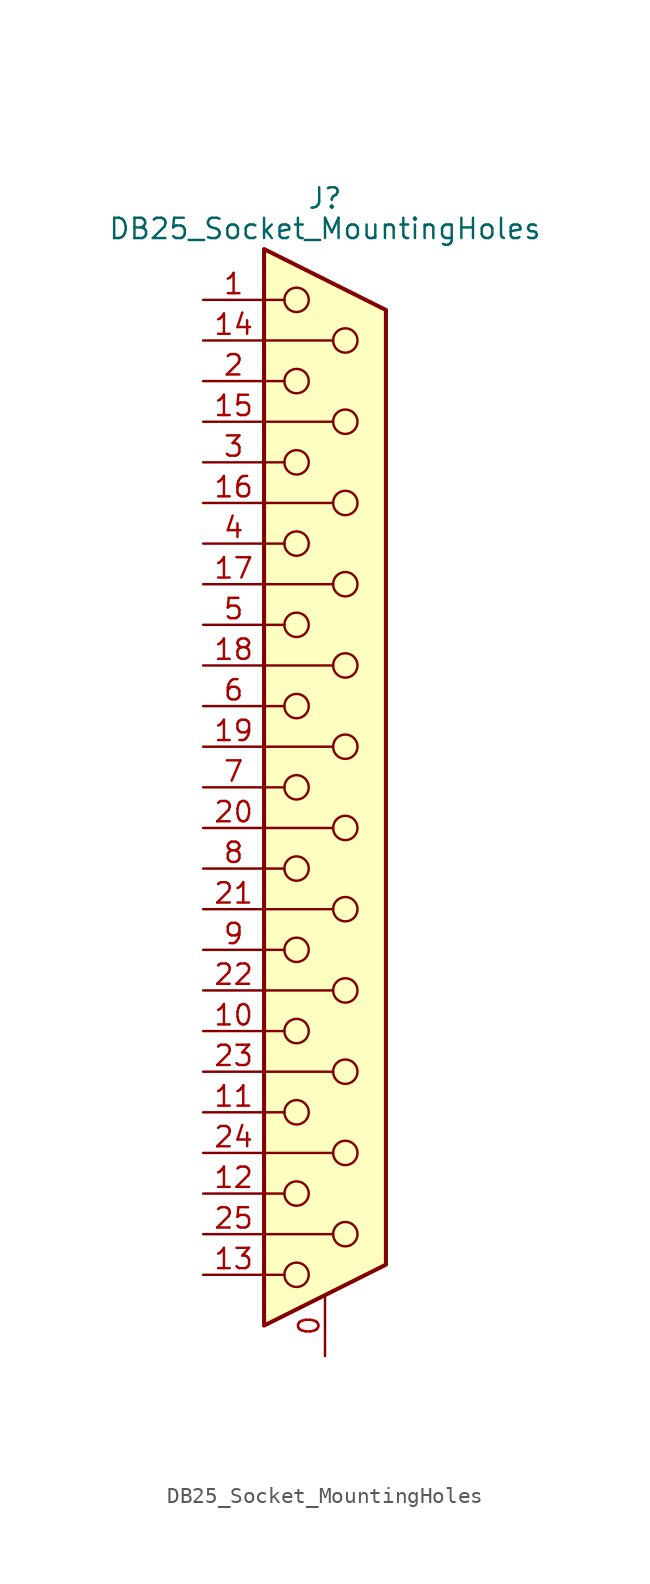
<source format=kicad_sym>
(kicad_symbol_lib
  (version 20241209)
  (generator "kicad_symbol_editor")
  (generator_version "9.0")
  (symbol "DB25_Socket_MountingHoles"
    (pin_names
      (offset 1.016)
      (hide yes))
    (property "Reference" "J"
      (at 0 36.83 0)
      (effects (font (size 1.27 1.27))))
    (property "Value" "DB25_Socket_MountingHoles"
      (at 0 34.925 0)
      (effects (font (size 1.27 1.27))))
    (symbol "DB25_Socket_MountingHoles_0_1"
      (polyline (pts (xy -3.81 33.655) (xy 3.81 29.845) (xy 3.81 -29.845) (xy -3.81 -33.655) (xy -3.81 33.655)) (stroke (width 0.254) (type default)) (fill (type background)))
      (polyline (pts (xy -3.81 30.48) (xy -2.54 30.48)) (stroke (width 0) (type default)) (fill (type none)))
      (polyline (pts (xy -3.81 27.94) (xy 0.508 27.94)) (stroke (width 0) (type default)) (fill (type none)))
      (polyline (pts (xy -3.81 25.4) (xy -2.54 25.4)) (stroke (width 0) (type default)) (fill (type none)))
      (polyline (pts (xy -3.81 22.86) (xy 0.508 22.86)) (stroke (width 0) (type default)) (fill (type none)))
      (polyline (pts (xy -3.81 20.32) (xy -2.54 20.32)) (stroke (width 0) (type default)) (fill (type none)))
      (polyline (pts (xy -3.81 17.78) (xy 0.508 17.78)) (stroke (width 0) (type default)) (fill (type none)))
      (polyline (pts (xy -3.81 15.24) (xy -2.54 15.24)) (stroke (width 0) (type default)) (fill (type none)))
      (polyline (pts (xy -3.81 12.7) (xy 0.508 12.7)) (stroke (width 0) (type default)) (fill (type none)))
      (polyline (pts (xy -3.81 10.16) (xy -2.54 10.16)) (stroke (width 0) (type default)) (fill (type none)))
      (polyline (pts (xy -3.81 7.62) (xy 0.508 7.62)) (stroke (width 0) (type default)) (fill (type none)))
      (polyline (pts (xy -3.81 5.08) (xy -2.54 5.08)) (stroke (width 0) (type default)) (fill (type none)))
      (polyline (pts (xy -3.81 2.54) (xy 0.508 2.54)) (stroke (width 0) (type default)) (fill (type none)))
      (polyline (pts (xy -3.81 0) (xy -2.54 0)) (stroke (width 0) (type default)) (fill (type none)))
      (polyline (pts (xy -3.81 -2.54) (xy 0.508 -2.54)) (stroke (width 0) (type default)) (fill (type none)))
      (polyline (pts (xy -3.81 -5.08) (xy -2.54 -5.08)) (stroke (width 0) (type default)) (fill (type none)))
      (polyline (pts (xy -3.81 -7.62) (xy 0.508 -7.62)) (stroke (width 0) (type default)) (fill (type none)))
      (polyline (pts (xy -3.81 -10.16) (xy -2.54 -10.16)) (stroke (width 0) (type default)) (fill (type none)))
      (polyline (pts (xy -3.81 -12.7) (xy 0.508 -12.7)) (stroke (width 0) (type default)) (fill (type none)))
      (polyline (pts (xy -3.81 -15.24) (xy -2.54 -15.24)) (stroke (width 0) (type default)) (fill (type none)))
      (polyline (pts (xy -3.81 -17.78) (xy 0.508 -17.78)) (stroke (width 0) (type default)) (fill (type none)))
      (polyline (pts (xy -3.81 -20.32) (xy -2.54 -20.32)) (stroke (width 0) (type default)) (fill (type none)))
      (polyline (pts (xy -3.81 -22.86) (xy 0.508 -22.86)) (stroke (width 0) (type default)) (fill (type none)))
      (polyline (pts (xy -3.81 -25.4) (xy -2.54 -25.4)) (stroke (width 0) (type default)) (fill (type none)))
      (polyline (pts (xy -3.81 -27.94) (xy 0.508 -27.94)) (stroke (width 0) (type default)) (fill (type none)))
      (polyline (pts (xy -3.81 -30.48) (xy -2.54 -30.48)) (stroke (width 0) (type default)) (fill (type none)))
      (circle (center -1.778 30.48) (radius 0.762) (stroke (width 0) (type default)) (fill (type none)))
      (circle (center -1.778 25.4) (radius 0.762) (stroke (width 0) (type default)) (fill (type none)))
      (circle (center -1.778 20.32) (radius 0.762) (stroke (width 0) (type default)) (fill (type none)))
      (circle (center -1.778 15.24) (radius 0.762) (stroke (width 0) (type default)) (fill (type none)))
      (circle (center -1.778 10.16) (radius 0.762) (stroke (width 0) (type default)) (fill (type none)))
      (circle (center -1.778 5.08) (radius 0.762) (stroke (width 0) (type default)) (fill (type none)))
      (circle (center -1.778 0) (radius 0.762) (stroke (width 0) (type default)) (fill (type none)))
      (circle (center -1.778 -5.08) (radius 0.762) (stroke (width 0) (type default)) (fill (type none)))
      (circle (center -1.778 -10.16) (radius 0.762) (stroke (width 0) (type default)) (fill (type none)))
      (circle (center -1.778 -15.24) (radius 0.762) (stroke (width 0) (type default)) (fill (type none)))
      (circle (center -1.778 -20.32) (radius 0.762) (stroke (width 0) (type default)) (fill (type none)))
      (circle (center -1.778 -25.4) (radius 0.762) (stroke (width 0) (type default)) (fill (type none)))
      (circle (center -1.778 -30.48) (radius 0.762) (stroke (width 0) (type default)) (fill (type none)))
      (circle (center 1.27 27.94) (radius 0.762) (stroke (width 0) (type default)) (fill (type none)))
      (circle (center 1.27 22.86) (radius 0.762) (stroke (width 0) (type default)) (fill (type none)))
      (circle (center 1.27 17.78) (radius 0.762) (stroke (width 0) (type default)) (fill (type none)))
      (circle (center 1.27 12.7) (radius 0.762) (stroke (width 0) (type default)) (fill (type none)))
      (circle (center 1.27 7.62) (radius 0.762) (stroke (width 0) (type default)) (fill (type none)))
      (circle (center 1.27 2.54) (radius 0.762) (stroke (width 0) (type default)) (fill (type none)))
      (circle (center 1.27 -2.54) (radius 0.762) (stroke (width 0) (type default)) (fill (type none)))
      (circle (center 1.27 -7.62) (radius 0.762) (stroke (width 0) (type default)) (fill (type none)))
      (circle (center 1.27 -12.7) (radius 0.762) (stroke (width 0) (type default)) (fill (type none)))
      (circle (center 1.27 -17.78) (radius 0.762) (stroke (width 0) (type default)) (fill (type none)))
      (circle (center 1.27 -22.86) (radius 0.762) (stroke (width 0) (type default)) (fill (type none)))
      (circle (center 1.27 -27.94) (radius 0.762) (stroke (width 0) (type default)) (fill (type none))))
    (symbol "DB25_Socket_MountingHoles_1_1"
      (pin passive line (at -7.62 30.48 0) (length 3.81) (name "1" (effects (font (size 1.27 1.27)))) (number "1" (effects (font (size 1.27 1.27)))))
      (pin passive line (at -7.62 27.94 0) (length 3.81) (name "P14" (effects (font (size 1.27 1.27)))) (number "14" (effects (font (size 1.27 1.27)))))
      (pin passive line (at -7.62 25.4 0) (length 3.81) (name "2" (effects (font (size 1.27 1.27)))) (number "2" (effects (font (size 1.27 1.27)))))
      (pin passive line (at -7.62 22.86 0) (length 3.81) (name "P15" (effects (font (size 1.27 1.27)))) (number "15" (effects (font (size 1.27 1.27)))))
      (pin passive line (at -7.62 20.32 0) (length 3.81) (name "3" (effects (font (size 1.27 1.27)))) (number "3" (effects (font (size 1.27 1.27)))))
      (pin passive line (at -7.62 17.78 0) (length 3.81) (name "P16" (effects (font (size 1.27 1.27)))) (number "16" (effects (font (size 1.27 1.27)))))
      (pin passive line (at -7.62 15.24 0) (length 3.81) (name "4" (effects (font (size 1.27 1.27)))) (number "4" (effects (font (size 1.27 1.27)))))
      (pin passive line (at -7.62 12.7 0) (length 3.81) (name "P17" (effects (font (size 1.27 1.27)))) (number "17" (effects (font (size 1.27 1.27)))))
      (pin passive line (at -7.62 10.16 0) (length 3.81) (name "5" (effects (font (size 1.27 1.27)))) (number "5" (effects (font (size 1.27 1.27)))))
      (pin passive line (at -7.62 7.62 0) (length 3.81) (name "P18" (effects (font (size 1.27 1.27)))) (number "18" (effects (font (size 1.27 1.27)))))
      (pin passive line (at -7.62 5.08 0) (length 3.81) (name "6" (effects (font (size 1.27 1.27)))) (number "6" (effects (font (size 1.27 1.27)))))
      (pin passive line (at -7.62 2.54 0) (length 3.81) (name "P19" (effects (font (size 1.27 1.27)))) (number "19" (effects (font (size 1.27 1.27)))))
      (pin passive line (at -7.62 0 0) (length 3.81) (name "7" (effects (font (size 1.27 1.27)))) (number "7" (effects (font (size 1.27 1.27)))))
      (pin passive line (at -7.62 -2.54 0) (length 3.81) (name "P20" (effects (font (size 1.27 1.27)))) (number "20" (effects (font (size 1.27 1.27)))))
      (pin passive line (at -7.62 -5.08 0) (length 3.81) (name "8" (effects (font (size 1.27 1.27)))) (number "8" (effects (font (size 1.27 1.27)))))
      (pin passive line (at -7.62 -7.62 0) (length 3.81) (name "P21" (effects (font (size 1.27 1.27)))) (number "21" (effects (font (size 1.27 1.27)))))
      (pin passive line (at -7.62 -10.16 0) (length 3.81) (name "9" (effects (font (size 1.27 1.27)))) (number "9" (effects (font (size 1.27 1.27)))))
      (pin passive line (at -7.62 -12.7 0) (length 3.81) (name "P22" (effects (font (size 1.27 1.27)))) (number "22" (effects (font (size 1.27 1.27)))))
      (pin passive line (at -7.62 -15.24 0) (length 3.81) (name "10" (effects (font (size 1.27 1.27)))) (number "10" (effects (font (size 1.27 1.27)))))
      (pin passive line (at -7.62 -17.78 0) (length 3.81) (name "P23" (effects (font (size 1.27 1.27)))) (number "23" (effects (font (size 1.27 1.27)))))
      (pin passive line (at -7.62 -20.32 0) (length 3.81) (name "11" (effects (font (size 1.27 1.27)))) (number "11" (effects (font (size 1.27 1.27)))))
      (pin passive line (at -7.62 -22.86 0) (length 3.81) (name "P24" (effects (font (size 1.27 1.27)))) (number "24" (effects (font (size 1.27 1.27)))))
      (pin passive line (at -7.62 -25.4 0) (length 3.81) (name "12" (effects (font (size 1.27 1.27)))) (number "12" (effects (font (size 1.27 1.27)))))
      (pin passive line (at -7.62 -27.94 0) (length 3.81) (name "P25" (effects (font (size 1.27 1.27)))) (number "25" (effects (font (size 1.27 1.27)))))
      (pin passive line (at -7.62 -30.48 0) (length 3.81) (name "13" (effects (font (size 1.27 1.27)))) (number "13" (effects (font (size 1.27 1.27)))))
      (pin passive line (at 0 -35.56 90) (length 3.81) (name "PAD" (effects (font (size 1.27 1.27)))) (number "0" (effects (font (size 1.27 1.27))))))))
</source>
